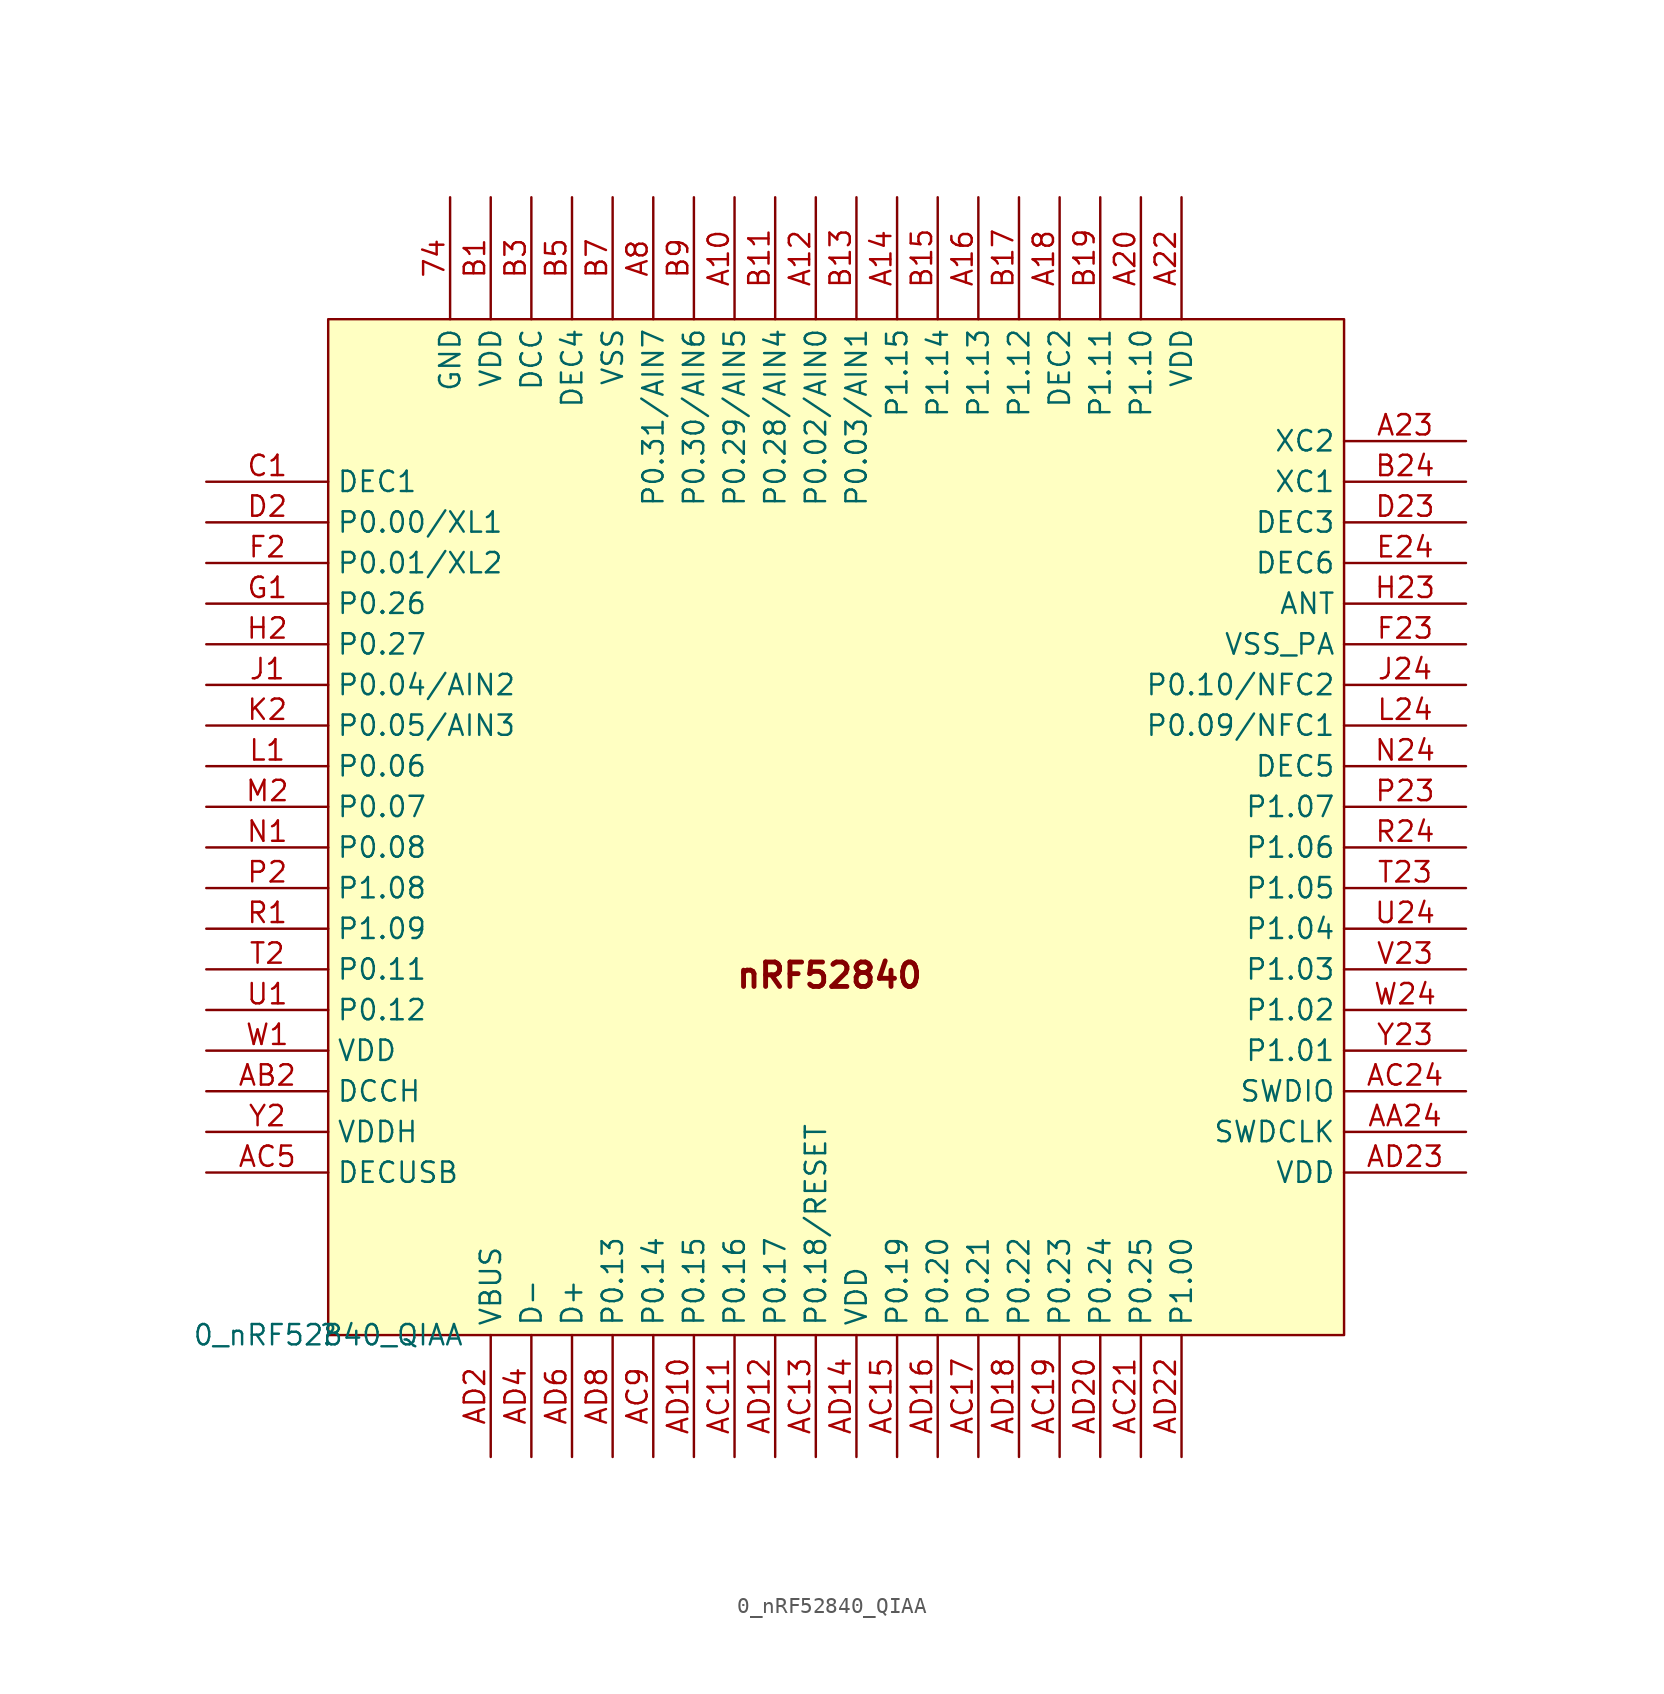
<source format=kicad_sym>
(kicad_symbol_lib
  (version 20211014)
  (generator kicad_symbol_editor)
  (symbol "0_nRF52840_QIAA"
    (property "Reference" ""
      (at 0 0 0)
      (effects (font (size 1.27 1.27))))
    (property "Value" "0_nRF52840_QIAA"
      (at 0 0 0)
      (effects (font (size 1.27 1.27))))
    (symbol "0_nRF52840_QIAA_1_0"
      (rectangle (start 63.5 63.5) (end 0 0) (stroke (width 0) (type default) (color 0 0 0 0)) (fill (type background)))
      (text "nRF52840" (at 25.4 21.59 0) (effects (font (size 1.524 1.524) bold) (justify left bottom)))
      (pin power_in line (at 7.62 71.12 270) (length 7.62) (name "GND" (effects (font (size 1.27 1.27)))) (number "74" (effects (font (size 1.27 1.27)))))
      (pin bidirectional line (at 25.4 71.12 270) (length 7.62) (name "P0.29/AIN5" (effects (font (size 1.27 1.27)))) (number "A10" (effects (font (size 1.27 1.27)))))
      (pin bidirectional line (at 30.48 71.12 270) (length 7.62) (name "P0.02/AIN0" (effects (font (size 1.27 1.27)))) (number "A12" (effects (font (size 1.27 1.27)))))
      (pin bidirectional line (at 35.56 71.12 270) (length 7.62) (name "P1.15" (effects (font (size 1.27 1.27)))) (number "A14" (effects (font (size 1.27 1.27)))))
      (pin bidirectional line (at 40.64 71.12 270) (length 7.62) (name "P1.13" (effects (font (size 1.27 1.27)))) (number "A16" (effects (font (size 1.27 1.27)))))
      (pin power_in line (at 45.72 71.12 270) (length 7.62) (name "DEC2" (effects (font (size 1.27 1.27)))) (number "A18" (effects (font (size 1.27 1.27)))))
      (pin bidirectional line (at 50.8 71.12 270) (length 7.62) (name "P1.10" (effects (font (size 1.27 1.27)))) (number "A20" (effects (font (size 1.27 1.27)))))
      (pin power_in line (at 53.34 71.12 270) (length 7.62) (name "VDD" (effects (font (size 1.27 1.27)))) (number "A22" (effects (font (size 1.27 1.27)))))
      (pin output line (at 71.12 55.88 180) (length 7.62) (name "XC2" (effects (font (size 1.27 1.27)))) (number "A23" (effects (font (size 1.27 1.27)))))
      (pin bidirectional line (at 20.32 71.12 270) (length 7.62) (name "P0.31/AIN7" (effects (font (size 1.27 1.27)))) (number "A8" (effects (font (size 1.27 1.27)))))
      (pin input line (at 71.12 12.7 180) (length 7.62) (name "SWDCLK" (effects (font (size 1.27 1.27)))) (number "AA24" (effects (font (size 1.27 1.27)))))
      (pin power_in line (at -7.62 15.24 0) (length 7.62) (name "DCCH" (effects (font (size 1.27 1.27)))) (number "AB2" (effects (font (size 1.27 1.27)))))
      (pin bidirectional line (at 25.4 -7.62 90) (length 7.62) (name "P0.16" (effects (font (size 1.27 1.27)))) (number "AC11" (effects (font (size 1.27 1.27)))))
      (pin bidirectional line (at 30.48 -7.62 90) (length 7.62) (name "P0.18/RESET" (effects (font (size 1.27 1.27)))) (number "AC13" (effects (font (size 1.27 1.27)))))
      (pin bidirectional line (at 35.56 -7.62 90) (length 7.62) (name "P0.19" (effects (font (size 1.27 1.27)))) (number "AC15" (effects (font (size 1.27 1.27)))))
      (pin bidirectional line (at 40.64 -7.62 90) (length 7.62) (name "P0.21" (effects (font (size 1.27 1.27)))) (number "AC17" (effects (font (size 1.27 1.27)))))
      (pin bidirectional line (at 45.72 -7.62 90) (length 7.62) (name "P0.23" (effects (font (size 1.27 1.27)))) (number "AC19" (effects (font (size 1.27 1.27)))))
      (pin bidirectional line (at 50.8 -7.62 90) (length 7.62) (name "P0.25" (effects (font (size 1.27 1.27)))) (number "AC21" (effects (font (size 1.27 1.27)))))
      (pin bidirectional line (at 71.12 15.24 180) (length 7.62) (name "SWDIO" (effects (font (size 1.27 1.27)))) (number "AC24" (effects (font (size 1.27 1.27)))))
      (pin power_in line (at -7.62 10.16 0) (length 7.62) (name "DECUSB" (effects (font (size 1.27 1.27)))) (number "AC5" (effects (font (size 1.27 1.27)))))
      (pin bidirectional line (at 20.32 -7.62 90) (length 7.62) (name "P0.14" (effects (font (size 1.27 1.27)))) (number "AC9" (effects (font (size 1.27 1.27)))))
      (pin bidirectional line (at 22.86 -7.62 90) (length 7.62) (name "P0.15" (effects (font (size 1.27 1.27)))) (number "AD10" (effects (font (size 1.27 1.27)))))
      (pin bidirectional line (at 27.94 -7.62 90) (length 7.62) (name "P0.17" (effects (font (size 1.27 1.27)))) (number "AD12" (effects (font (size 1.27 1.27)))))
      (pin power_in line (at 33.02 -7.62 90) (length 7.62) (name "VDD" (effects (font (size 1.27 1.27)))) (number "AD14" (effects (font (size 1.27 1.27)))))
      (pin bidirectional line (at 38.1 -7.62 90) (length 7.62) (name "P0.20" (effects (font (size 1.27 1.27)))) (number "AD16" (effects (font (size 1.27 1.27)))))
      (pin bidirectional line (at 43.18 -7.62 90) (length 7.62) (name "P0.22" (effects (font (size 1.27 1.27)))) (number "AD18" (effects (font (size 1.27 1.27)))))
      (pin power_in line (at 10.16 -7.62 90) (length 7.62) (name "VBUS" (effects (font (size 1.27 1.27)))) (number "AD2" (effects (font (size 1.27 1.27)))))
      (pin bidirectional line (at 48.26 -7.62 90) (length 7.62) (name "P0.24" (effects (font (size 1.27 1.27)))) (number "AD20" (effects (font (size 1.27 1.27)))))
      (pin bidirectional line (at 53.34 -7.62 90) (length 7.62) (name "P1.00" (effects (font (size 1.27 1.27)))) (number "AD22" (effects (font (size 1.27 1.27)))))
      (pin power_in line (at 71.12 10.16 180) (length 7.62) (name "VDD" (effects (font (size 1.27 1.27)))) (number "AD23" (effects (font (size 1.27 1.27)))))
      (pin bidirectional line (at 12.7 -7.62 90) (length 7.62) (name "D-" (effects (font (size 1.27 1.27)))) (number "AD4" (effects (font (size 1.27 1.27)))))
      (pin bidirectional line (at 15.24 -7.62 90) (length 7.62) (name "D+" (effects (font (size 1.27 1.27)))) (number "AD6" (effects (font (size 1.27 1.27)))))
      (pin bidirectional line (at 17.78 -7.62 90) (length 7.62) (name "P0.13" (effects (font (size 1.27 1.27)))) (number "AD8" (effects (font (size 1.27 1.27)))))
      (pin power_in line (at 10.16 71.12 270) (length 7.62) (name "VDD" (effects (font (size 1.27 1.27)))) (number "B1" (effects (font (size 1.27 1.27)))))
      (pin bidirectional line (at 27.94 71.12 270) (length 7.62) (name "P0.28/AIN4" (effects (font (size 1.27 1.27)))) (number "B11" (effects (font (size 1.27 1.27)))))
      (pin bidirectional line (at 33.02 71.12 270) (length 7.62) (name "P0.03/AIN1" (effects (font (size 1.27 1.27)))) (number "B13" (effects (font (size 1.27 1.27)))))
      (pin bidirectional line (at 38.1 71.12 270) (length 7.62) (name "P1.14" (effects (font (size 1.27 1.27)))) (number "B15" (effects (font (size 1.27 1.27)))))
      (pin bidirectional line (at 43.18 71.12 270) (length 7.62) (name "P1.12" (effects (font (size 1.27 1.27)))) (number "B17" (effects (font (size 1.27 1.27)))))
      (pin bidirectional line (at 48.26 71.12 270) (length 7.62) (name "P1.11" (effects (font (size 1.27 1.27)))) (number "B19" (effects (font (size 1.27 1.27)))))
      (pin input line (at 71.12 53.34 180) (length 7.62) (name "XC1" (effects (font (size 1.27 1.27)))) (number "B24" (effects (font (size 1.27 1.27)))))
      (pin output line (at 12.7 71.12 270) (length 7.62) (name "DCC" (effects (font (size 1.27 1.27)))) (number "B3" (effects (font (size 1.27 1.27)))))
      (pin power_in line (at 15.24 71.12 270) (length 7.62) (name "DEC4" (effects (font (size 1.27 1.27)))) (number "B5" (effects (font (size 1.27 1.27)))))
      (pin power_in line (at 17.78 71.12 270) (length 7.62) (name "VSS" (effects (font (size 1.27 1.27)))) (number "B7" (effects (font (size 1.27 1.27)))))
      (pin bidirectional line (at 22.86 71.12 270) (length 7.62) (name "P0.30/AIN6" (effects (font (size 1.27 1.27)))) (number "B9" (effects (font (size 1.27 1.27)))))
      (pin power_in line (at -7.62 53.34 0) (length 7.62) (name "DEC1" (effects (font (size 1.27 1.27)))) (number "C1" (effects (font (size 1.27 1.27)))))
      (pin bidirectional line (at -7.62 50.8 0) (length 7.62) (name "P0.00/XL1" (effects (font (size 1.27 1.27)))) (number "D2" (effects (font (size 1.27 1.27)))))
      (pin power_in line (at 71.12 50.8 180) (length 7.62) (name "DEC3" (effects (font (size 1.27 1.27)))) (number "D23" (effects (font (size 1.27 1.27)))))
      (pin power_in line (at 71.12 48.26 180) (length 7.62) (name "DEC6" (effects (font (size 1.27 1.27)))) (number "E24" (effects (font (size 1.27 1.27)))))
      (pin bidirectional line (at -7.62 48.26 0) (length 7.62) (name "P0.01/XL2" (effects (font (size 1.27 1.27)))) (number "F2" (effects (font (size 1.27 1.27)))))
      (pin power_in line (at 71.12 43.18 180) (length 7.62) (name "VSS_PA" (effects (font (size 1.27 1.27)))) (number "F23" (effects (font (size 1.27 1.27)))))
      (pin bidirectional line (at -7.62 45.72 0) (length 7.62) (name "P0.26" (effects (font (size 1.27 1.27)))) (number "G1" (effects (font (size 1.27 1.27)))))
      (pin bidirectional line (at -7.62 43.18 0) (length 7.62) (name "P0.27" (effects (font (size 1.27 1.27)))) (number "H2" (effects (font (size 1.27 1.27)))))
      (pin bidirectional line (at 71.12 45.72 180) (length 7.62) (name "ANT" (effects (font (size 1.27 1.27)))) (number "H23" (effects (font (size 1.27 1.27)))))
      (pin bidirectional line (at -7.62 40.64 0) (length 7.62) (name "P0.04/AIN2" (effects (font (size 1.27 1.27)))) (number "J1" (effects (font (size 1.27 1.27)))))
      (pin bidirectional line (at 71.12 40.64 180) (length 7.62) (name "P0.10/NFC2" (effects (font (size 1.27 1.27)))) (number "J24" (effects (font (size 1.27 1.27)))))
      (pin bidirectional line (at -7.62 38.1 0) (length 7.62) (name "P0.05/AIN3" (effects (font (size 1.27 1.27)))) (number "K2" (effects (font (size 1.27 1.27)))))
      (pin bidirectional line (at -7.62 35.56 0) (length 7.62) (name "P0.06" (effects (font (size 1.27 1.27)))) (number "L1" (effects (font (size 1.27 1.27)))))
      (pin bidirectional line (at 71.12 38.1 180) (length 7.62) (name "P0.09/NFC1" (effects (font (size 1.27 1.27)))) (number "L24" (effects (font (size 1.27 1.27)))))
      (pin bidirectional line (at -7.62 33.02 0) (length 7.62) (name "P0.07" (effects (font (size 1.27 1.27)))) (number "M2" (effects (font (size 1.27 1.27)))))
      (pin bidirectional line (at -7.62 30.48 0) (length 7.62) (name "P0.08" (effects (font (size 1.27 1.27)))) (number "N1" (effects (font (size 1.27 1.27)))))
      (pin power_in line (at 71.12 35.56 180) (length 7.62) (name "DEC5" (effects (font (size 1.27 1.27)))) (number "N24" (effects (font (size 1.27 1.27)))))
      (pin bidirectional line (at -7.62 27.94 0) (length 7.62) (name "P1.08" (effects (font (size 1.27 1.27)))) (number "P2" (effects (font (size 1.27 1.27)))))
      (pin bidirectional line (at 71.12 33.02 180) (length 7.62) (name "P1.07" (effects (font (size 1.27 1.27)))) (number "P23" (effects (font (size 1.27 1.27)))))
      (pin bidirectional line (at -7.62 25.4 0) (length 7.62) (name "P1.09" (effects (font (size 1.27 1.27)))) (number "R1" (effects (font (size 1.27 1.27)))))
      (pin bidirectional line (at 71.12 30.48 180) (length 7.62) (name "P1.06" (effects (font (size 1.27 1.27)))) (number "R24" (effects (font (size 1.27 1.27)))))
      (pin bidirectional line (at -7.62 22.86 0) (length 7.62) (name "P0.11" (effects (font (size 1.27 1.27)))) (number "T2" (effects (font (size 1.27 1.27)))))
      (pin bidirectional line (at 71.12 27.94 180) (length 7.62) (name "P1.05" (effects (font (size 1.27 1.27)))) (number "T23" (effects (font (size 1.27 1.27)))))
      (pin bidirectional line (at -7.62 20.32 0) (length 7.62) (name "P0.12" (effects (font (size 1.27 1.27)))) (number "U1" (effects (font (size 1.27 1.27)))))
      (pin bidirectional line (at 71.12 25.4 180) (length 7.62) (name "P1.04" (effects (font (size 1.27 1.27)))) (number "U24" (effects (font (size 1.27 1.27)))))
      (pin bidirectional line (at 71.12 22.86 180) (length 7.62) (name "P1.03" (effects (font (size 1.27 1.27)))) (number "V23" (effects (font (size 1.27 1.27)))))
      (pin power_in line (at -7.62 17.78 0) (length 7.62) (name "VDD" (effects (font (size 1.27 1.27)))) (number "W1" (effects (font (size 1.27 1.27)))))
      (pin bidirectional line (at 71.12 20.32 180) (length 7.62) (name "P1.02" (effects (font (size 1.27 1.27)))) (number "W24" (effects (font (size 1.27 1.27)))))
      (pin power_in line (at -7.62 12.7 0) (length 7.62) (name "VDDH" (effects (font (size 1.27 1.27)))) (number "Y2" (effects (font (size 1.27 1.27)))))
      (pin bidirectional line (at 71.12 17.78 180) (length 7.62) (name "P1.01" (effects (font (size 1.27 1.27)))) (number "Y23" (effects (font (size 1.27 1.27))))))))
</source>
